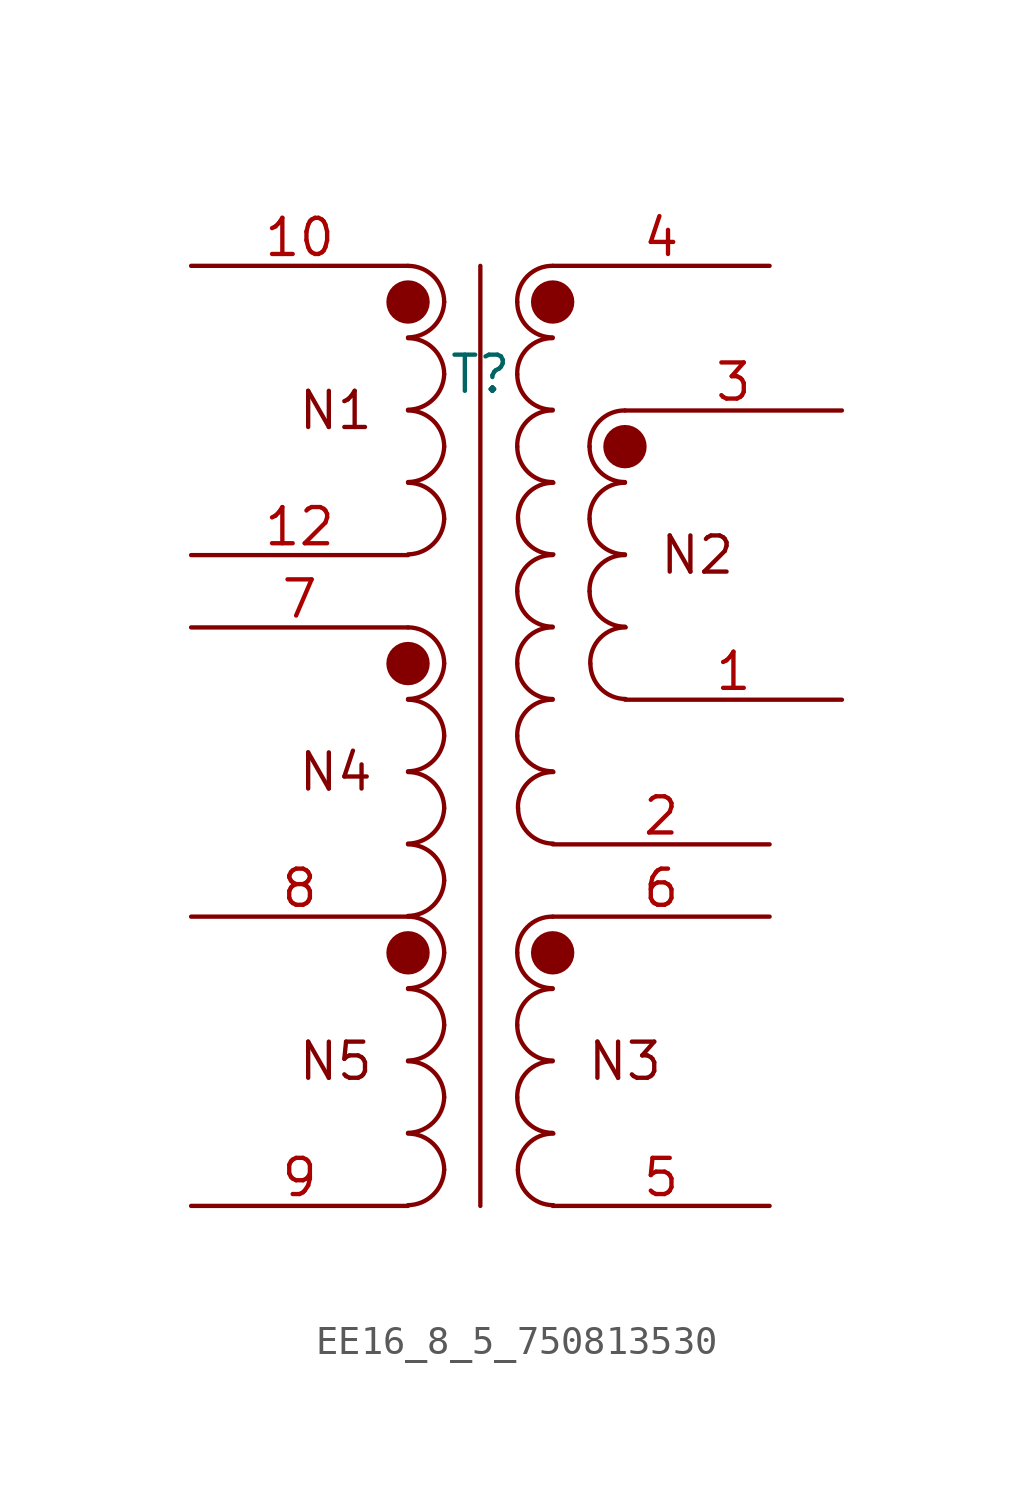
<source format=kicad_sym>
(kicad_symbol_lib
  (version 20220914)
  (generator kicad_symbol_editor)
  (symbol "EE16_8_5_750813530"
    (pin_names hide)
    (property "Reference" "T"
      (at 0 12.7 0)
      (effects (font (size 1.27 1.27))))
    (symbol "EE16_8_5_750813530_0_1"
      (arc (start -2.54 -16.4846) (mid -1.6561 -16.1163) (end -1.27 -15.24) (stroke (width 0) (type default)) (fill (type none)))
      (arc (start -2.54 -13.9446) (mid -1.6561 -13.5763) (end -1.27 -12.7) (stroke (width 0) (type default)) (fill (type none)))
      (arc (start -2.54 -11.4046) (mid -1.6561 -11.0363) (end -1.27 -10.16) (stroke (width 0) (type default)) (fill (type none)))
      (arc (start -2.54 -8.8646) (mid -1.6561 -8.4963) (end -1.27 -7.62) (stroke (width 0) (type default)) (fill (type none)))
      (arc (start -2.54 -6.3246) (mid -1.6561 -5.9563) (end -1.27 -5.08) (stroke (width 0) (type default)) (fill (type none)))
      (arc (start -2.54 -3.7846) (mid -1.6561 -3.4163) (end -1.27 -2.54) (stroke (width 0) (type default)) (fill (type none)))
      (arc (start -2.54 -1.2446) (mid -1.6561 -0.8763) (end -1.27 0) (stroke (width 0) (type default)) (fill (type none)))
      (arc (start -2.54 1.2954) (mid -1.6561 1.6637) (end -1.27 2.54) (stroke (width 0) (type default)) (fill (type none)))
      (arc (start -2.54 6.3754) (mid -1.6561 6.7437) (end -1.27 7.62) (stroke (width 0) (type default)) (fill (type none)))
      (arc (start -2.54 8.9154) (mid -1.6561 9.2837) (end -1.27 10.16) (stroke (width 0) (type default)) (fill (type none)))
      (arc (start -2.54 11.4554) (mid -1.6561 11.8237) (end -1.27 12.7) (stroke (width 0) (type default)) (fill (type none)))
      (arc (start -2.54 13.9954) (mid -1.6561 14.3637) (end -1.27 15.24) (stroke (width 0) (type default)) (fill (type none)))
      (arc (start -1.27 -15.24) (mid -1.642 -14.342) (end -2.54 -13.97) (stroke (width 0) (type default)) (fill (type none)))
      (arc (start -1.27 -12.7) (mid -1.642 -11.802) (end -2.54 -11.43) (stroke (width 0) (type default)) (fill (type none)))
      (arc (start -1.27 -10.16) (mid -1.642 -9.262) (end -2.54 -8.89) (stroke (width 0) (type default)) (fill (type none)))
      (arc (start -1.27 -7.62) (mid -1.642 -6.722) (end -2.54 -6.35) (stroke (width 0) (type default)) (fill (type none)))
      (arc (start -1.27 -5.08) (mid -1.642 -4.182) (end -2.54 -3.81) (stroke (width 0) (type default)) (fill (type none)))
      (arc (start -1.27 -2.54) (mid -1.642 -1.642) (end -2.54 -1.27) (stroke (width 0) (type default)) (fill (type none)))
      (arc (start -1.27 0) (mid -1.642 0.898) (end -2.54 1.27) (stroke (width 0) (type default)) (fill (type none)))
      (arc (start -1.27 2.54) (mid -1.642 3.438) (end -2.54 3.81) (stroke (width 0) (type default)) (fill (type none)))
      (arc (start -1.27 7.62) (mid -1.642 8.518) (end -2.54 8.89) (stroke (width 0) (type default)) (fill (type none)))
      (arc (start -1.27 10.16) (mid -1.642 11.058) (end -2.54 11.43) (stroke (width 0) (type default)) (fill (type none)))
      (arc (start -1.27 12.7) (mid -1.642 13.598) (end -2.54 13.97) (stroke (width 0) (type default)) (fill (type none)))
      (arc (start -1.27 15.24) (mid -1.642 16.138) (end -2.54 16.51) (stroke (width 0) (type default)) (fill (type none)))
      (polyline (pts (xy 0 16.51) (xy 0 -16.51)) (stroke (width 0) (type default)) (fill (type none)))
      (arc (start 1.2954 -12.7) (mid 1.6599 -13.5801) (end 2.54 -13.9446) (stroke (width 0) (type default)) (fill (type none)))
      (arc (start 1.2954 -10.16) (mid 1.6599 -11.0401) (end 2.54 -11.4046) (stroke (width 0) (type default)) (fill (type none)))
      (arc (start 1.2954 -7.62) (mid 1.6599 -8.5001) (end 2.54 -8.8646) (stroke (width 0) (type default)) (fill (type none)))
      (arc (start 1.2954 0) (mid 1.6599 -0.8801) (end 2.54 -1.2446) (stroke (width 0) (type default)) (fill (type none)))
      (arc (start 1.2954 2.54) (mid 1.6599 1.6599) (end 2.54 1.2954) (stroke (width 0) (type default)) (fill (type none)))
      (arc (start 1.2954 5.08) (mid 1.6599 4.1999) (end 2.54 3.8354) (stroke (width 0) (type default)) (fill (type none)))
      (arc (start 1.2954 10.16) (mid 1.6599 9.2799) (end 2.54 8.9154) (stroke (width 0) (type default)) (fill (type none)))
      (arc (start 1.2954 12.7) (mid 1.6599 11.8199) (end 2.54 11.4554) (stroke (width 0) (type default)) (fill (type none)))
      (arc (start 1.2954 15.24) (mid 1.6599 14.3599) (end 2.54 13.9954) (stroke (width 0) (type default)) (fill (type none)))
      (arc (start 1.3208 -15.24) (mid 1.6854 -16.1199) (end 2.5654 -16.4846) (stroke (width 0) (type default)) (fill (type none)))
      (arc (start 1.3208 -2.54) (mid 1.6852 -3.4202) (end 2.5654 -3.7846) (stroke (width 0) (type default)) (fill (type none)))
      (arc (start 1.3208 7.62) (mid 1.6852 6.7398) (end 2.5654 6.3754) (stroke (width 0) (type default)) (fill (type none)))
      (arc (start 2.54 -11.43) (mid 1.6458 -11.7985) (end 1.2954 -12.7) (stroke (width 0) (type default)) (fill (type none)))
      (arc (start 2.54 -8.89) (mid 1.6458 -9.2585) (end 1.2954 -10.16) (stroke (width 0) (type default)) (fill (type none)))
      (arc (start 2.54 -6.35) (mid 1.6458 -6.7185) (end 1.2954 -7.62) (stroke (width 0) (type default)) (fill (type none)))
      (arc (start 2.54 1.27) (mid 1.6458 0.9015) (end 1.2954 0) (stroke (width 0) (type default)) (fill (type none)))
      (arc (start 2.54 3.81) (mid 1.6458 3.4415) (end 1.2954 2.54) (stroke (width 0) (type default)) (fill (type none)))
      (arc (start 2.54 6.35) (mid 1.6458 5.9815) (end 1.2954 5.08) (stroke (width 0) (type default)) (fill (type none)))
      (arc (start 2.54 11.43) (mid 1.6458 11.0615) (end 1.2954 10.16) (stroke (width 0) (type default)) (fill (type none)))
      (arc (start 2.54 13.97) (mid 1.6458 13.6015) (end 1.2954 12.7) (stroke (width 0) (type default)) (fill (type none)))
      (arc (start 2.54 16.51) (mid 1.6458 16.1415) (end 1.2954 15.24) (stroke (width 0) (type default)) (fill (type none)))
      (arc (start 2.5654 -13.97) (mid 1.6709 -14.3383) (end 1.3208 -15.24) (stroke (width 0) (type default)) (fill (type none)))
      (arc (start 2.5654 -1.27) (mid 1.6709 -1.6383) (end 1.3208 -2.54) (stroke (width 0) (type default)) (fill (type none)))
      (arc (start 2.5654 8.89) (mid 1.6709 8.5217) (end 1.3208 7.62) (stroke (width 0) (type default)) (fill (type none)))
      (arc (start 3.8354 5.08) (mid 4.1999 4.1999) (end 5.08 3.8354) (stroke (width 0) (type default)) (fill (type none)))
      (arc (start 3.8354 7.62) (mid 4.1999 6.7399) (end 5.08 6.3754) (stroke (width 0) (type default)) (fill (type none)))
      (arc (start 3.8354 10.16) (mid 4.1999 9.2799) (end 5.08 8.9154) (stroke (width 0) (type default)) (fill (type none)))
      (arc (start 3.8608 2.54) (mid 4.2253 1.6597) (end 5.1054 1.2954) (stroke (width 0) (type default)) (fill (type none)))
      (arc (start 5.08 6.35) (mid 4.1858 5.9815) (end 3.8354 5.08) (stroke (width 0) (type default)) (fill (type none)))
      (arc (start 5.08 8.89) (mid 4.1858 8.5215) (end 3.8354 7.62) (stroke (width 0) (type default)) (fill (type none)))
      (arc (start 5.08 11.43) (mid 4.1858 11.0615) (end 3.8354 10.16) (stroke (width 0) (type default)) (fill (type none)))
      (arc (start 5.1054 3.81) (mid 4.2109 3.4417) (end 3.8608 2.54) (stroke (width 0) (type default)) (fill (type none))))
    (symbol "EE16_8_5_750813530_1_1"
      (circle (center -2.54 -7.62) (radius 0.0001) (stroke (width 0.762) (type default)) (fill (type none)))
      (circle (center -2.54 2.54) (radius 0.0001) (stroke (width 0.762) (type default)) (fill (type none)))
      (circle (center -2.54 15.24) (radius 0.0001) (stroke (width 0.762) (type default)) (fill (type none)))
      (circle (center 2.54 -7.62) (radius 0.0001) (stroke (width 0.762) (type default)) (fill (type none)))
      (circle (center 2.54 15.24) (radius 0.0001) (stroke (width 0.762) (type default)) (fill (type none)))
      (circle (center 5.08 10.16) (radius 0.0001) (stroke (width 0.762) (type default)) (fill (type none)))
      (text "N1" (at -5.08 11.43 0) (effects (font (size 1.27 1.27))))
      (text "N2" (at 7.62 6.35 0) (effects (font (size 1.27 1.27))))
      (text "N3" (at 5.08 -11.43 0) (effects (font (size 1.27 1.27))))
      (text "N4" (at -5.08 -1.27 0) (effects (font (size 1.27 1.27))))
      (text "N5" (at -5.08 -11.43 0) (effects (font (size 1.27 1.27))))
      (pin passive line (at 12.7 1.27 180) (length 7.62) (name "1" (effects (font (size 1.27 1.27)))) (number "1" (effects (font (size 1.27 1.27)))))
      (pin passive line (at -10.16 16.51 0) (length 7.62) (name "10" (effects (font (size 1.27 1.27)))) (number "10" (effects (font (size 1.27 1.27)))))
      (pin passive line (at -10.16 6.35 0) (length 7.62) (name "12" (effects (font (size 1.27 1.27)))) (number "12" (effects (font (size 1.27 1.27)))))
      (pin passive line (at 10.16 -3.81 180) (length 7.62) (name "2" (effects (font (size 1.27 1.27)))) (number "2" (effects (font (size 1.27 1.27)))))
      (pin passive line (at 12.7 11.43 180) (length 7.62) (name "3" (effects (font (size 1.27 1.27)))) (number "3" (effects (font (size 1.27 1.27)))))
      (pin passive line (at 10.16 16.51 180) (length 7.62) (name "4" (effects (font (size 1.27 1.27)))) (number "4" (effects (font (size 1.27 1.27)))))
      (pin passive line (at 10.16 -16.51 180) (length 7.62) (name "5" (effects (font (size 1.27 1.27)))) (number "5" (effects (font (size 1.27 1.27)))))
      (pin passive line (at 10.16 -6.35 180) (length 7.62) (name "6" (effects (font (size 1.27 1.27)))) (number "6" (effects (font (size 1.27 1.27)))))
      (pin passive line (at -10.16 3.81 0) (length 7.62) (name "7" (effects (font (size 1.27 1.27)))) (number "7" (effects (font (size 1.27 1.27)))))
      (pin passive line (at -10.16 -6.35 0) (length 7.62) (name "8" (effects (font (size 1.27 1.27)))) (number "8" (effects (font (size 1.27 1.27)))))
      (pin passive line (at -10.16 -16.51 0) (length 7.62) (name "9" (effects (font (size 1.27 1.27)))) (number "9" (effects (font (size 1.27 1.27))))))))
</source>
